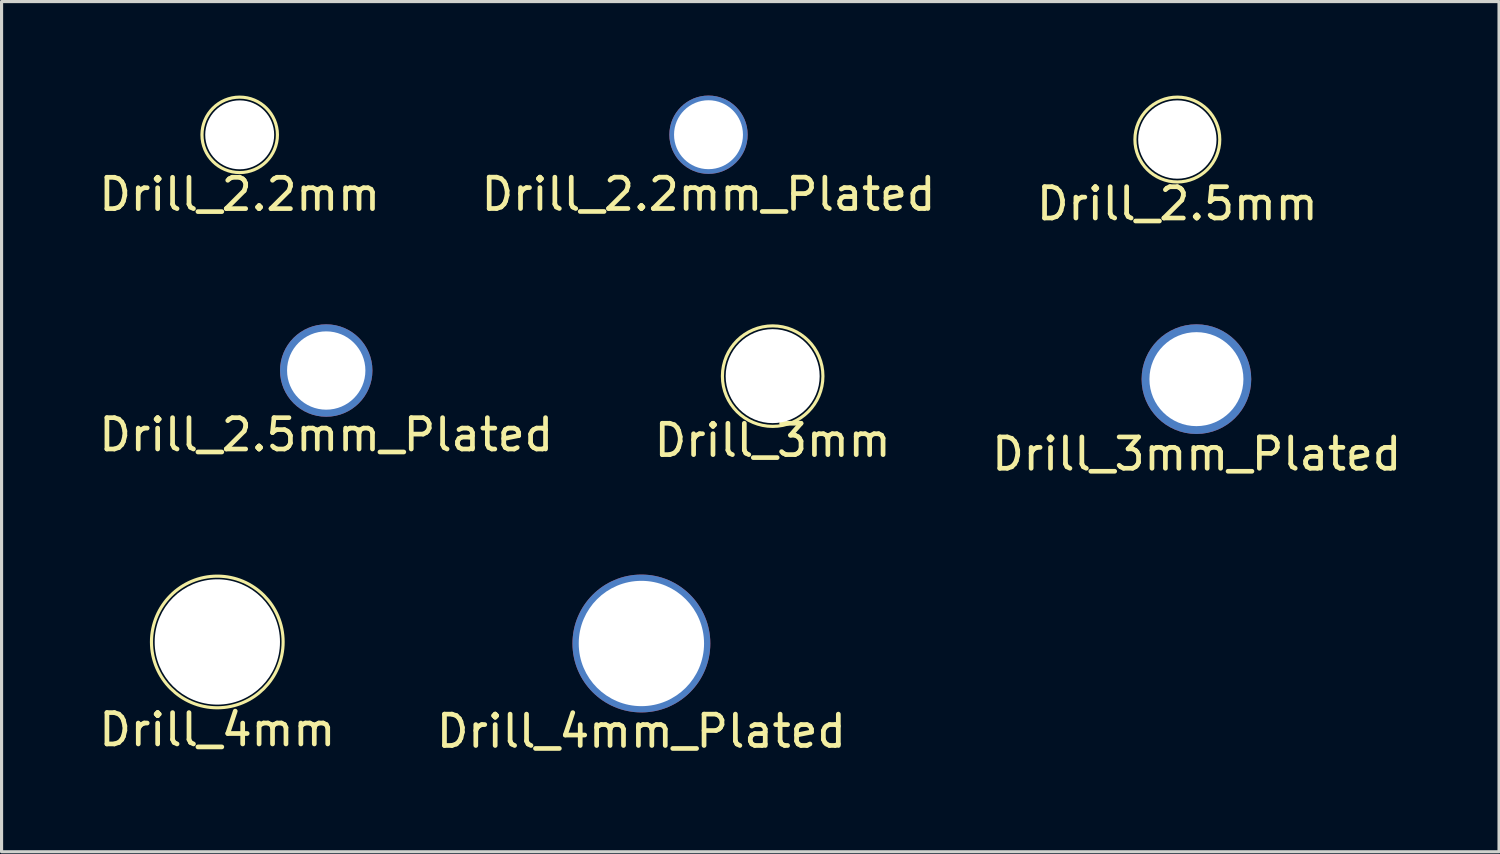
<source format=kicad_pcb>
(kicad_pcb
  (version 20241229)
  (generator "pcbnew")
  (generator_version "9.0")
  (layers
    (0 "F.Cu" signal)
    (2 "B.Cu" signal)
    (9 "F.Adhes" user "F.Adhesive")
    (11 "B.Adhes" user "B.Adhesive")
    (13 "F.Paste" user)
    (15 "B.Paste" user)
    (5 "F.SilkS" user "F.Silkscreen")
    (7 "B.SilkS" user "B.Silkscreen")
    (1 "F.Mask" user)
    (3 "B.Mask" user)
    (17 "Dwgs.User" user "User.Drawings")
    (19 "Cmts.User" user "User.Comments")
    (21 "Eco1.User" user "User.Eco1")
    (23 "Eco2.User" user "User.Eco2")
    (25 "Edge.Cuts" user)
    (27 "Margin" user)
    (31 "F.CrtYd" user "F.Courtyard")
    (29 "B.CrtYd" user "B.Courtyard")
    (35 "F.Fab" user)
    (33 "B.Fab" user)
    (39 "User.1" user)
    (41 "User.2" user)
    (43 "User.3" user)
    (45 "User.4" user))
  (footprint "Drill_4mm"
    (layer "F.Cu")
    (at 3.887 17.441)
    (property "Reference" "Drill_4mm" (at 0 2.8 0) (layer "F.SilkS") (effects (font (size 1 1) (thickness 0.15))))
    (attr through_hole)
    (fp_circle (center -0.001 0) (end 2.1 0) (stroke (width 0.1) (type solid)) (fill no) (layer "F.SilkS"))
    (pad "" np_thru_hole circle (at 0 0) (size 4 4) (drill 4) (layers "*.Cu" "*.Mask")))
  (footprint "Drill_3mm_Plated"
    (layer "F.Cu")
    (at 35.139 9.052)
    (property "Reference" "Drill_3mm_Plated" (at 0.01 2.39 0) (layer "F.SilkS") (effects (font (size 1 1) (thickness 0.15))))
    (attr through_hole)
    (pad "" np_thru_hole circle (at 0 0) (size 3.5 3.5) (drill 3) (layers "*.Cu" "*.Mask")))
  (footprint "Drill_2.2mm_Plated"
    (layer "F.Cu")
    (at 19.565 1.25)
    (property "Reference" "Drill_2.2mm_Plated" (at 0 1.9 0) (layer "F.SilkS") (effects (font (size 1 1) (thickness 0.15))))
    (attr through_hole)
    (pad "" np_thru_hole circle (at 0 0) (size 2.5 2.5) (drill 2.2) (layers "*.Cu" "*.Mask")))
  (footprint "Drill_3mm"
    (layer "F.Cu")
    (at 21.613 8.956)
    (property "Reference" "Drill_3mm" (at 0 2.05 0) (layer "F.SilkS") (effects (font (size 1 1) (thickness 0.15))))
    (attr through_hole)
    (fp_circle (center 0 0) (end 1.604 0) (stroke (width 0.1) (type solid)) (fill no) (layer "F.SilkS"))
    (pad "" np_thru_hole circle (at 0 0) (size 3 3) (drill 3) (layers "*.Cu" "*.Mask")))
  (footprint "Drill_2.5mm"
    (layer "F.Cu")
    (at 34.53 1.404)
    (property "Reference" "Drill_2.5mm" (at 0 2.05 0) (layer "F.SilkS") (effects (font (size 1 1) (thickness 0.15))))
    (attr through_hole)
    (fp_circle (center 0 0) (end 1.354 0) (stroke (width 0.1) (type solid)) (fill no) (layer "F.SilkS"))
    (pad "" np_thru_hole circle (at 0 0) (size 2.5 2.5) (drill 2.5) (layers "*.Cu" "*.Mask")))
  (footprint "Drill_2.5mm_Plated"
    (layer "F.Cu")
    (at 7.363 8.777)
    (property "Reference" "Drill_2.5mm_Plated" (at 0 2.05 0) (layer "F.SilkS") (effects (font (size 1 1) (thickness 0.15))))
    (attr through_hole)
    (pad "" thru_hole circle (at 0 0) (size 2.95 2.95) (drill 2.5) (layers "*.Cu" "*.Mask")))
  (footprint "Drill_4mm_Plated"
    (layer "F.Cu")
    (at 17.423 17.49)
    (property "Reference" "Drill_4mm_Plated" (at 0 2.8 0) (layer "F.SilkS") (effects (font (size 1 1) (thickness 0.15))))
    (attr through_hole)
    (pad "" np_thru_hole circle (at 0 0) (size 4.4 4.4) (drill 4) (layers "*.Cu" "*.Mask")))
  (footprint "Drill_2.2mm"
    (layer "F.Cu")
    (at 4.601 1.254)
    (property "Reference" "Drill_2.2mm" (at 0 1.9 0) (layer "F.SilkS") (effects (font (size 1 1) (thickness 0.15))))
    (attr through_hole)
    (fp_circle (center 0 0) (end 1.204 0) (stroke (width 0.1) (type solid)) (fill no) (layer "F.SilkS"))
    (pad "" np_thru_hole circle (at 0 0) (size 2.2 2.2) (drill 2.2) (layers "*.Cu" "*.Mask")))
  (gr_rect
    (start -3 -3)
    (end 44.798 24.138)
    (stroke (width 0.1) (type default))
    (fill no)
    (layer "Edge.Cuts")))
</source>
